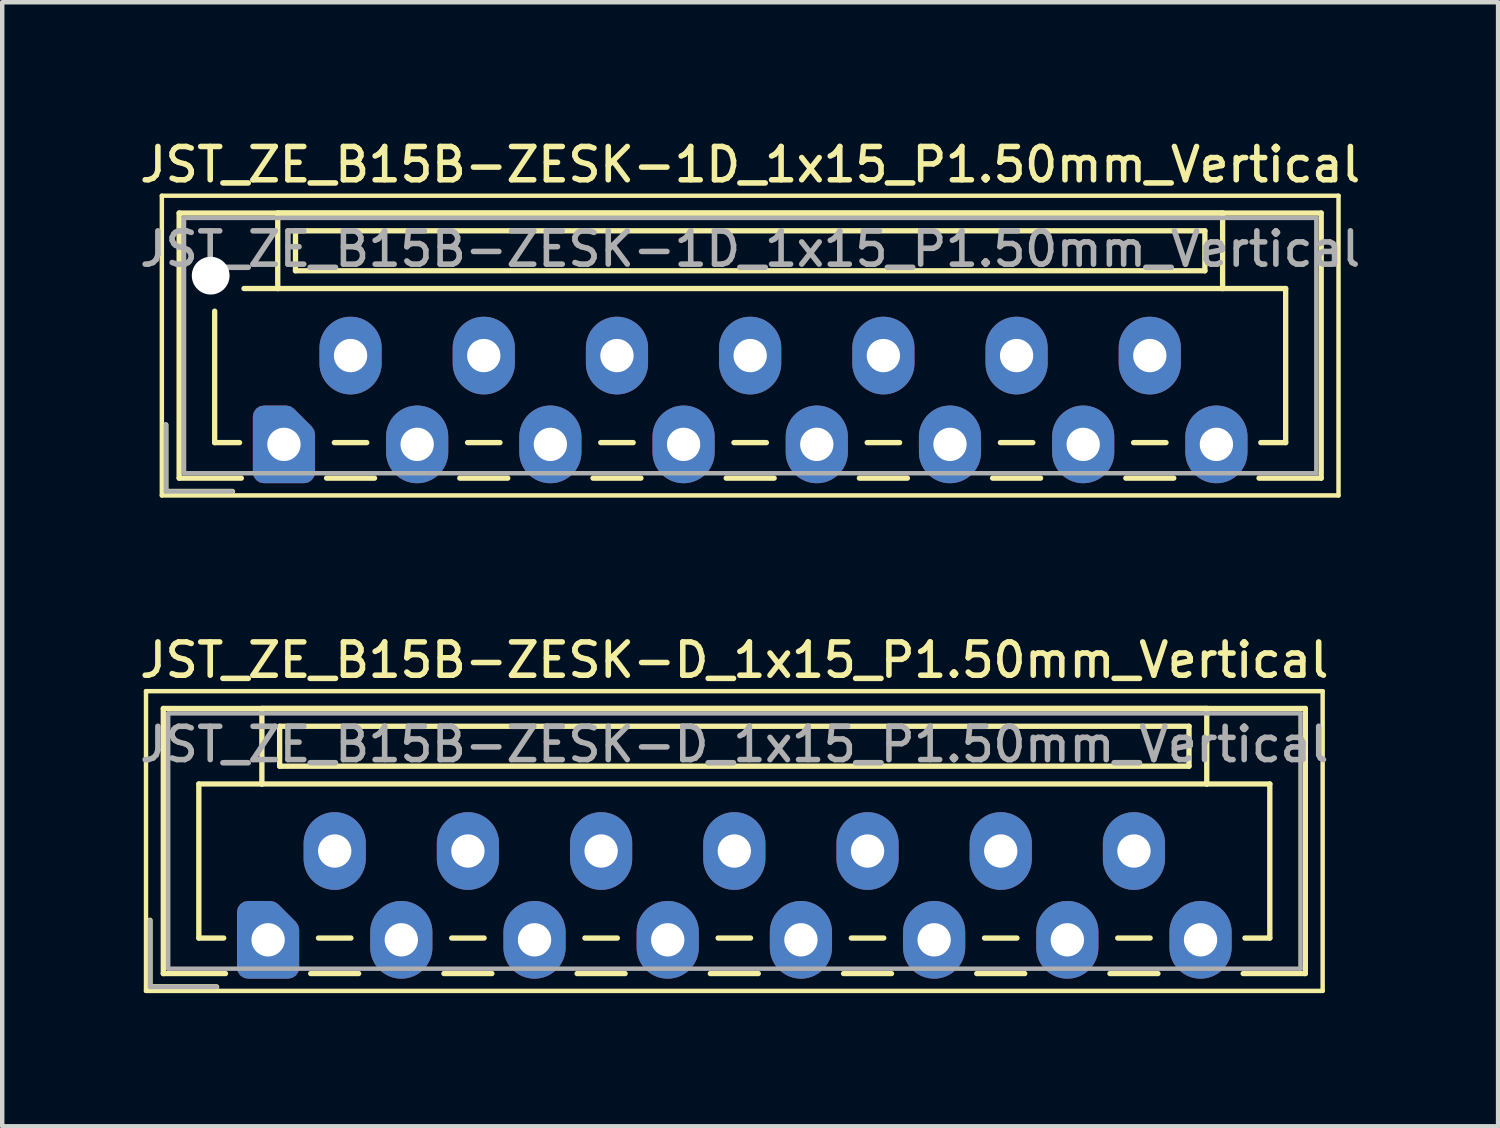
<source format=kicad_pcb>
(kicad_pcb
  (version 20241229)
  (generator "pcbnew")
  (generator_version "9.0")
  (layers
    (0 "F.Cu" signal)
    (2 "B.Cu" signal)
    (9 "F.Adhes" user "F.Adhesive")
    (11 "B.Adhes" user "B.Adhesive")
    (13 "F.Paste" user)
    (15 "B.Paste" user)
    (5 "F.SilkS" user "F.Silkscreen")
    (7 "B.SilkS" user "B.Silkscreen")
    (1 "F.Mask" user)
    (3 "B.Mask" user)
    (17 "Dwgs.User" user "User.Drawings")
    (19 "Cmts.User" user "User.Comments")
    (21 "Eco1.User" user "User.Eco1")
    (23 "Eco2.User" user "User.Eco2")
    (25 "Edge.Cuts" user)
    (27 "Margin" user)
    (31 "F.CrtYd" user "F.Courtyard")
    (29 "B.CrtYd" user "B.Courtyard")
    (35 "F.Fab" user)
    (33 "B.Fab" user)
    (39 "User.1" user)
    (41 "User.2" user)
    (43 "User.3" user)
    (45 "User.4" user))
  (footprint "JST_ZE_B15B-ZESK-D_1x15_P1.50mm_Vertical"
    (layer "F.Cu")
    (at 2.988 18.116)
    (property "Reference" "JST_ZE_B15B-ZESK-D_1x15_P1.50mm_Vertical" (at 10.5 -6.3 0) (layer "F.SilkS") (effects (font (size 0.75 0.75) (thickness 0.125))))
    (attr through_hole)
    (fp_line (start -2.75 -5.6) (end -2.75 1.15) (stroke (width 0.1) (type solid)) (layer "F.SilkS"))
    (fp_line (start -2.75 1.15) (end 23.75 1.15) (stroke (width 0.1) (type solid)) (layer "F.SilkS"))
    (fp_line (start -2.66 -0.44) (end -2.66 1.06) (stroke (width 0.12) (type solid)) (layer "F.SilkS"))
    (fp_line (start -2.66 1.06) (end -1.16 1.06) (stroke (width 0.12) (type solid)) (layer "F.SilkS"))
    (fp_line (start -2.36 -5.21) (end 23.36 -5.21) (stroke (width 0.12) (type solid)) (layer "F.SilkS"))
    (fp_line (start -2.36 0.76) (end -2.36 -5.21) (stroke (width 0.12) (type solid)) (layer "F.SilkS"))
    (fp_line (start -1.56 -3.51) (end -1.56 -0.04) (stroke (width 0.12) (type solid)) (layer "F.SilkS"))
    (fp_line (start -1.56 -0.04) (end -1 -0.04) (stroke (width 0.12) (type solid)) (layer "F.SilkS"))
    (fp_line (start -0.96 0.76) (end -2.36 0.76) (stroke (width 0.12) (type solid)) (layer "F.SilkS"))
    (fp_line (start -0.14 -5.21) (end -0.14 -3.51) (stroke (width 0.12) (type solid)) (layer "F.SilkS"))
    (fp_line (start -0.14 -3.51) (end -1.56 -3.51) (stroke (width 0.12) (type solid)) (layer "F.SilkS"))
    (fp_line (start -0.14 -3.51) (end 21.14 -3.51) (stroke (width 0.12) (type solid)) (layer "F.SilkS"))
    (fp_line (start 0.26 -4.81) (end 0.26 -3.91) (stroke (width 0.12) (type solid)) (layer "F.SilkS"))
    (fp_line (start 0.26 -3.91) (end 20.74 -3.91) (stroke (width 0.12) (type solid)) (layer "F.SilkS"))
    (fp_line (start 0.96 0.76) (end 2.04 0.76) (stroke (width 0.12) (type solid)) (layer "F.SilkS"))
    (fp_line (start 1.135 -0.04) (end 1.865 -0.04) (stroke (width 0.12) (type solid)) (layer "F.SilkS"))
    (fp_line (start 3.96 0.76) (end 5.04 0.76) (stroke (width 0.12) (type solid)) (layer "F.SilkS"))
    (fp_line (start 4.135 -0.04) (end 4.865 -0.04) (stroke (width 0.12) (type solid)) (layer "F.SilkS"))
    (fp_line (start 6.96 0.76) (end 8.04 0.76) (stroke (width 0.12) (type solid)) (layer "F.SilkS"))
    (fp_line (start 7.135 -0.04) (end 7.865 -0.04) (stroke (width 0.12) (type solid)) (layer "F.SilkS"))
    (fp_line (start 9.96 0.76) (end 11.04 0.76) (stroke (width 0.12) (type solid)) (layer "F.SilkS"))
    (fp_line (start 10.135 -0.04) (end 10.865 -0.04) (stroke (width 0.12) (type solid)) (layer "F.SilkS"))
    (fp_line (start 12.96 0.76) (end 14.04 0.76) (stroke (width 0.12) (type solid)) (layer "F.SilkS"))
    (fp_line (start 13.135 -0.04) (end 13.865 -0.04) (stroke (width 0.12) (type solid)) (layer "F.SilkS"))
    (fp_line (start 15.96 0.76) (end 17.04 0.76) (stroke (width 0.12) (type solid)) (layer "F.SilkS"))
    (fp_line (start 16.135 -0.04) (end 16.865 -0.04) (stroke (width 0.12) (type solid)) (layer "F.SilkS"))
    (fp_line (start 18.96 0.76) (end 20.04 0.76) (stroke (width 0.12) (type solid)) (layer "F.SilkS"))
    (fp_line (start 19.135 -0.04) (end 19.865 -0.04) (stroke (width 0.12) (type solid)) (layer "F.SilkS"))
    (fp_line (start 20.74 -4.81) (end 0.26 -4.81) (stroke (width 0.12) (type solid)) (layer "F.SilkS"))
    (fp_line (start 20.74 -3.91) (end 20.74 -4.81) (stroke (width 0.12) (type solid)) (layer "F.SilkS"))
    (fp_line (start 21.14 -5.21) (end -0.14 -5.21) (stroke (width 0.12) (type solid)) (layer "F.SilkS"))
    (fp_line (start 21.14 -3.51) (end 21.14 -5.21) (stroke (width 0.12) (type solid)) (layer "F.SilkS"))
    (fp_line (start 21.14 -3.51) (end 22.56 -3.51) (stroke (width 0.12) (type solid)) (layer "F.SilkS"))
    (fp_line (start 22.56 -3.51) (end 22.56 -0.04) (stroke (width 0.12) (type solid)) (layer "F.SilkS"))
    (fp_line (start 22.56 -0.04) (end 22 -0.04) (stroke (width 0.12) (type solid)) (layer "F.SilkS"))
    (fp_line (start 23.36 -5.21) (end 23.36 0.76) (stroke (width 0.12) (type solid)) (layer "F.SilkS"))
    (fp_line (start 23.36 0.76) (end 21.96 0.76) (stroke (width 0.12) (type solid)) (layer "F.SilkS"))
    (fp_line (start 23.75 -5.6) (end -2.75 -5.6) (stroke (width 0.1) (type solid)) (layer "F.SilkS"))
    (fp_line (start 23.75 1.15) (end 23.75 -5.6) (stroke (width 0.1) (type solid)) (layer "F.SilkS"))
    (fp_line (start -2.66 -0.44) (end -2.66 1.06) (stroke (width 0.1) (type solid)) (layer "F.Fab"))
    (fp_line (start -2.66 1.06) (end -1.16 1.06) (stroke (width 0.1) (type solid)) (layer "F.Fab"))
    (fp_line (start -2.25 -5.1) (end -2.25 0.65) (stroke (width 0.1) (type solid)) (layer "F.Fab"))
    (fp_line (start -2.25 0.65) (end 23.25 0.65) (stroke (width 0.1) (type solid)) (layer "F.Fab"))
    (fp_line (start 23.25 -5.1) (end -2.25 -5.1) (stroke (width 0.1) (type solid)) (layer "F.Fab"))
    (fp_line (start 23.25 0.65) (end 23.25 -5.1) (stroke (width 0.1) (type solid)) (layer "F.Fab"))
    (fp_text user "${REFERENCE}" (at 10.5 -4.4 0) (layer "F.Fab") (effects (font (size 0.75 0.75) (thickness 0.125))))
    (pad "1" thru_hole custom (at 0 0) (size 1.117 1.117) (drill 0.75) (layers "*.Cu" "*.Mask") (options (anchor circle)) (primitives (gr_poly (pts (xy 0.45 -0.225) (xy 0.45 0.625) (xy -0.45 0.625) (xy -0.45 -0.625) (xy 0.05 -0.625)) (width 0.5) (fill yes))))
    (pad "2" thru_hole oval (at 1.5 -2) (size 1.4 1.75) (drill 0.75) (layers "*.Cu" "*.Mask"))
    (pad "3" thru_hole oval (at 3 0) (size 1.4 1.75) (drill 0.75) (layers "*.Cu" "*.Mask"))
    (pad "4" thru_hole oval (at 4.5 -2) (size 1.4 1.75) (drill 0.75) (layers "*.Cu" "*.Mask"))
    (pad "5" thru_hole oval (at 6 0) (size 1.4 1.75) (drill 0.75) (layers "*.Cu" "*.Mask"))
    (pad "6" thru_hole oval (at 7.5 -2) (size 1.4 1.75) (drill 0.75) (layers "*.Cu" "*.Mask"))
    (pad "7" thru_hole oval (at 9 0) (size 1.4 1.75) (drill 0.75) (layers "*.Cu" "*.Mask"))
    (pad "8" thru_hole oval (at 10.5 -2) (size 1.4 1.75) (drill 0.75) (layers "*.Cu" "*.Mask"))
    (pad "9" thru_hole oval (at 12 0) (size 1.4 1.75) (drill 0.75) (layers "*.Cu" "*.Mask"))
    (pad "10" thru_hole oval (at 13.5 -2) (size 1.4 1.75) (drill 0.75) (layers "*.Cu" "*.Mask"))
    (pad "11" thru_hole oval (at 15 0) (size 1.4 1.75) (drill 0.75) (layers "*.Cu" "*.Mask"))
    (pad "12" thru_hole oval (at 16.5 -2) (size 1.4 1.75) (drill 0.75) (layers "*.Cu" "*.Mask"))
    (pad "13" thru_hole oval (at 18 0) (size 1.4 1.75) (drill 0.75) (layers "*.Cu" "*.Mask"))
    (pad "14" thru_hole oval (at 19.5 -2) (size 1.4 1.75) (drill 0.75) (layers "*.Cu" "*.Mask"))
    (pad "15" thru_hole oval (at 21 0) (size 1.4 1.75) (drill 0.75) (layers "*.Cu" "*.Mask")))
  (footprint "JST_ZE_B15B-ZESK-1D_1x15_P1.50mm_Vertical"
    (layer "F.Cu")
    (at 3.345 6.958)
    (property "Reference" "JST_ZE_B15B-ZESK-1D_1x15_P1.50mm_Vertical" (at 10.5 -6.3 0) (layer "F.SilkS") (effects (font (size 0.75 0.75) (thickness 0.125))))
    (attr through_hole)
    (fp_line (start -2.75 -5.6) (end -2.75 1.15) (stroke (width 0.1) (type solid)) (layer "F.SilkS"))
    (fp_line (start -2.75 1.15) (end 23.75 1.15) (stroke (width 0.1) (type solid)) (layer "F.SilkS"))
    (fp_line (start -2.66 -0.44) (end -2.66 1.06) (stroke (width 0.12) (type solid)) (layer "F.SilkS"))
    (fp_line (start -2.66 1.06) (end -1.16 1.06) (stroke (width 0.12) (type solid)) (layer "F.SilkS"))
    (fp_line (start -2.36 -5.21) (end 23.36 -5.21) (stroke (width 0.12) (type solid)) (layer "F.SilkS"))
    (fp_line (start -2.36 0.76) (end -2.36 -5.21) (stroke (width 0.12) (type solid)) (layer "F.SilkS"))
    (fp_line (start -1.56 -3) (end -1.56 -0.04) (stroke (width 0.12) (type solid)) (layer "F.SilkS"))
    (fp_line (start -1.56 -0.04) (end -1 -0.04) (stroke (width 0.12) (type solid)) (layer "F.SilkS"))
    (fp_line (start -0.96 0.76) (end -2.36 0.76) (stroke (width 0.12) (type solid)) (layer "F.SilkS"))
    (fp_line (start -0.14 -5.21) (end -0.14 -3.51) (stroke (width 0.12) (type solid)) (layer "F.SilkS"))
    (fp_line (start -0.14 -3.51) (end -0.9 -3.51) (stroke (width 0.12) (type solid)) (layer "F.SilkS"))
    (fp_line (start -0.14 -3.51) (end 21.14 -3.51) (stroke (width 0.12) (type solid)) (layer "F.SilkS"))
    (fp_line (start 0.26 -4.81) (end 0.26 -3.91) (stroke (width 0.12) (type solid)) (layer "F.SilkS"))
    (fp_line (start 0.26 -3.91) (end 20.74 -3.91) (stroke (width 0.12) (type solid)) (layer "F.SilkS"))
    (fp_line (start 0.96 0.76) (end 2.04 0.76) (stroke (width 0.12) (type solid)) (layer "F.SilkS"))
    (fp_line (start 1.135 -0.04) (end 1.865 -0.04) (stroke (width 0.12) (type solid)) (layer "F.SilkS"))
    (fp_line (start 3.96 0.76) (end 5.04 0.76) (stroke (width 0.12) (type solid)) (layer "F.SilkS"))
    (fp_line (start 4.135 -0.04) (end 4.865 -0.04) (stroke (width 0.12) (type solid)) (layer "F.SilkS"))
    (fp_line (start 6.96 0.76) (end 8.04 0.76) (stroke (width 0.12) (type solid)) (layer "F.SilkS"))
    (fp_line (start 7.135 -0.04) (end 7.865 -0.04) (stroke (width 0.12) (type solid)) (layer "F.SilkS"))
    (fp_line (start 9.96 0.76) (end 11.04 0.76) (stroke (width 0.12) (type solid)) (layer "F.SilkS"))
    (fp_line (start 10.135 -0.04) (end 10.865 -0.04) (stroke (width 0.12) (type solid)) (layer "F.SilkS"))
    (fp_line (start 12.96 0.76) (end 14.04 0.76) (stroke (width 0.12) (type solid)) (layer "F.SilkS"))
    (fp_line (start 13.135 -0.04) (end 13.865 -0.04) (stroke (width 0.12) (type solid)) (layer "F.SilkS"))
    (fp_line (start 15.96 0.76) (end 17.04 0.76) (stroke (width 0.12) (type solid)) (layer "F.SilkS"))
    (fp_line (start 16.135 -0.04) (end 16.865 -0.04) (stroke (width 0.12) (type solid)) (layer "F.SilkS"))
    (fp_line (start 18.96 0.76) (end 20.04 0.76) (stroke (width 0.12) (type solid)) (layer "F.SilkS"))
    (fp_line (start 19.135 -0.04) (end 19.865 -0.04) (stroke (width 0.12) (type solid)) (layer "F.SilkS"))
    (fp_line (start 20.74 -4.81) (end 0.26 -4.81) (stroke (width 0.12) (type solid)) (layer "F.SilkS"))
    (fp_line (start 20.74 -3.91) (end 20.74 -4.81) (stroke (width 0.12) (type solid)) (layer "F.SilkS"))
    (fp_line (start 21.14 -5.21) (end -0.14 -5.21) (stroke (width 0.12) (type solid)) (layer "F.SilkS"))
    (fp_line (start 21.14 -3.51) (end 21.14 -5.21) (stroke (width 0.12) (type solid)) (layer "F.SilkS"))
    (fp_line (start 21.14 -3.51) (end 22.56 -3.51) (stroke (width 0.12) (type solid)) (layer "F.SilkS"))
    (fp_line (start 22.56 -3.51) (end 22.56 -0.04) (stroke (width 0.12) (type solid)) (layer "F.SilkS"))
    (fp_line (start 22.56 -0.04) (end 22 -0.04) (stroke (width 0.12) (type solid)) (layer "F.SilkS"))
    (fp_line (start 23.36 -5.21) (end 23.36 0.76) (stroke (width 0.12) (type solid)) (layer "F.SilkS"))
    (fp_line (start 23.36 0.76) (end 21.96 0.76) (stroke (width 0.12) (type solid)) (layer "F.SilkS"))
    (fp_line (start 23.75 -5.6) (end -2.75 -5.6) (stroke (width 0.1) (type solid)) (layer "F.SilkS"))
    (fp_line (start 23.75 1.15) (end 23.75 -5.6) (stroke (width 0.1) (type solid)) (layer "F.SilkS"))
    (fp_line (start -2.66 -0.44) (end -2.66 1.06) (stroke (width 0.1) (type solid)) (layer "F.Fab"))
    (fp_line (start -2.66 1.06) (end -1.16 1.06) (stroke (width 0.1) (type solid)) (layer "F.Fab"))
    (fp_line (start -2.25 -5.1) (end -2.25 0.65) (stroke (width 0.1) (type solid)) (layer "F.Fab"))
    (fp_line (start -2.25 0.65) (end 23.25 0.65) (stroke (width 0.1) (type solid)) (layer "F.Fab"))
    (fp_line (start 23.25 -5.1) (end -2.25 -5.1) (stroke (width 0.1) (type solid)) (layer "F.Fab"))
    (fp_line (start 23.25 0.65) (end 23.25 -5.1) (stroke (width 0.1) (type solid)) (layer "F.Fab"))
    (fp_text user "${REFERENCE}" (at 10.5 -4.4 0) (layer "F.Fab") (effects (font (size 0.75 0.75) (thickness 0.125))))
    (pad "" np_thru_hole circle (at -1.65 -3.8) (size 0.85 0.85) (drill 0.85) (layers "*.Cu" "*.Mask"))
    (pad "1" thru_hole custom (at 0 0) (size 1.117 1.117) (drill 0.75) (layers "*.Cu" "*.Mask") (options (anchor circle)) (primitives (gr_poly (pts (xy 0.45 -0.225) (xy 0.45 0.625) (xy -0.45 0.625) (xy -0.45 -0.625) (xy 0.05 -0.625)) (width 0.5) (fill yes))))
    (pad "2" thru_hole oval (at 1.5 -2) (size 1.4 1.75) (drill 0.75) (layers "*.Cu" "*.Mask"))
    (pad "3" thru_hole oval (at 3 0) (size 1.4 1.75) (drill 0.75) (layers "*.Cu" "*.Mask"))
    (pad "4" thru_hole oval (at 4.5 -2) (size 1.4 1.75) (drill 0.75) (layers "*.Cu" "*.Mask"))
    (pad "5" thru_hole oval (at 6 0) (size 1.4 1.75) (drill 0.75) (layers "*.Cu" "*.Mask"))
    (pad "6" thru_hole oval (at 7.5 -2) (size 1.4 1.75) (drill 0.75) (layers "*.Cu" "*.Mask"))
    (pad "7" thru_hole oval (at 9 0) (size 1.4 1.75) (drill 0.75) (layers "*.Cu" "*.Mask"))
    (pad "8" thru_hole oval (at 10.5 -2) (size 1.4 1.75) (drill 0.75) (layers "*.Cu" "*.Mask"))
    (pad "9" thru_hole oval (at 12 0) (size 1.4 1.75) (drill 0.75) (layers "*.Cu" "*.Mask"))
    (pad "10" thru_hole oval (at 13.5 -2) (size 1.4 1.75) (drill 0.75) (layers "*.Cu" "*.Mask"))
    (pad "11" thru_hole oval (at 15 0) (size 1.4 1.75) (drill 0.75) (layers "*.Cu" "*.Mask"))
    (pad "12" thru_hole oval (at 16.5 -2) (size 1.4 1.75) (drill 0.75) (layers "*.Cu" "*.Mask"))
    (pad "13" thru_hole oval (at 18 0) (size 1.4 1.75) (drill 0.75) (layers "*.Cu" "*.Mask"))
    (pad "14" thru_hole oval (at 19.5 -2) (size 1.4 1.75) (drill 0.75) (layers "*.Cu" "*.Mask"))
    (pad "15" thru_hole oval (at 21 0) (size 1.4 1.75) (drill 0.75) (layers "*.Cu" "*.Mask")))
  (gr_rect
    (start -3 -3)
    (end 30.689 22.316)
    (stroke (width 0.1) (type default))
    (fill no)
    (layer "Edge.Cuts")))
</source>
